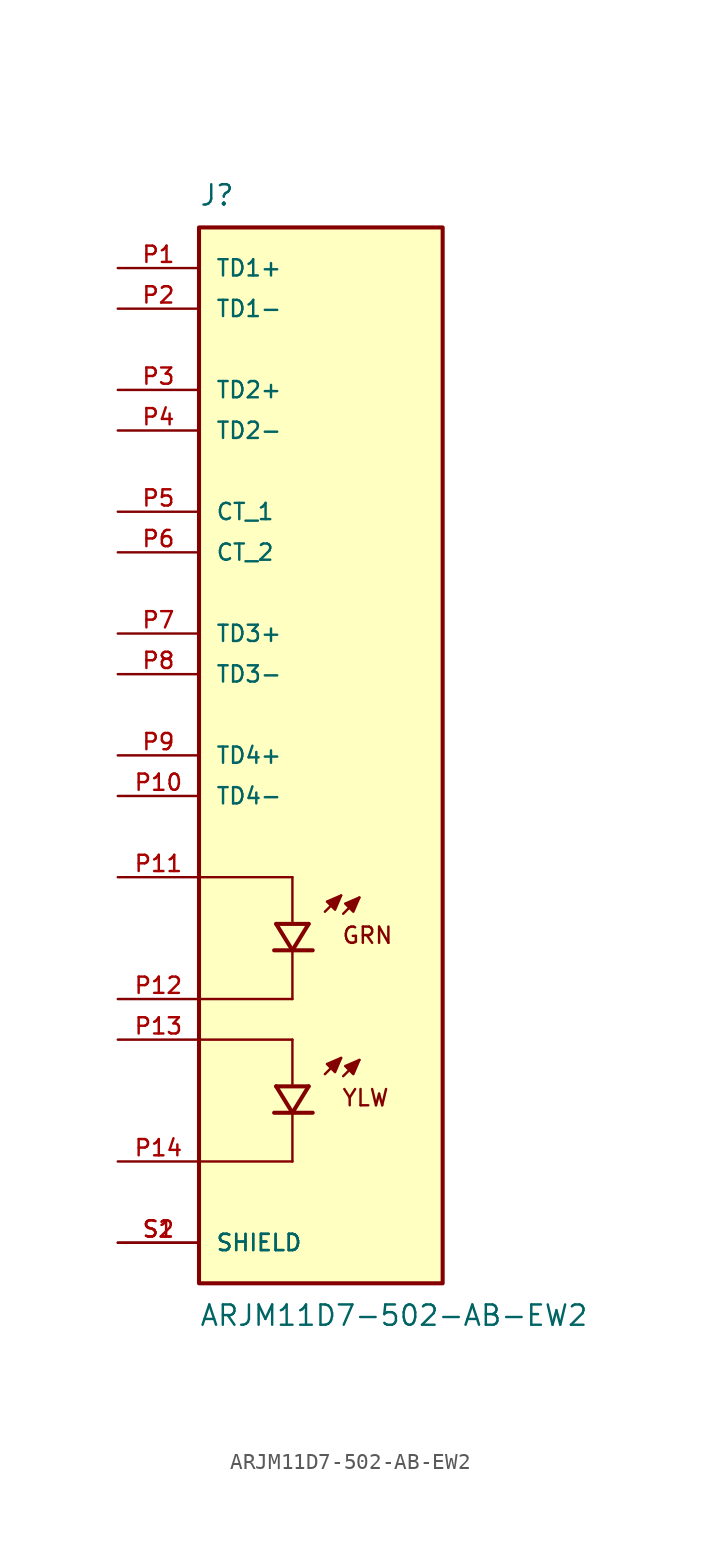
<source format=kicad_sym>
(kicad_symbol_lib
  (version 20211014)
  (generator kicad_symbol_editor)
  (symbol "ARJM11D7-502-AB-EW2"
    (pin_names
      (offset 1.016))
    (property "Reference" "J"
      (at -7.62 34.29 0)
      (effects (font (size 1.27 1.27)) (justify bottom left)))
    (property "Value" "ARJM11D7-502-AB-EW2"
      (at -7.62 -34.29 0)
      (effects (font (size 1.27 1.27)) (justify top left)))
    (symbol "ARJM11D7-502-AB-EW2_0_0"
      (polyline (pts (xy -1.778 -7.62) (xy -7.62 -7.62)) (stroke (width 0.152)))
      (polyline (pts (xy -1.778 -15.24) (xy -7.62 -15.24)) (stroke (width 0.152)))
      (polyline (pts (xy -2.794 -10.541) (xy -1.778 -12.192)) (stroke (width 0.254)))
      (polyline (pts (xy -1.778 -12.192) (xy -0.762 -10.541)) (stroke (width 0.254)))
      (polyline (pts (xy -2.921 -12.192) (xy -1.778 -12.192)) (stroke (width 0.254)))
      (polyline (pts (xy -1.778 -12.192) (xy -0.508 -12.192)) (stroke (width 0.254)))
      (polyline (pts (xy -2.794 -10.541) (xy -0.762 -10.541)) (stroke (width 0.254)))
      (polyline (pts (xy -1.778 -7.62) (xy -1.778 -10.414)) (stroke (width 0.152)))
      (polyline (pts (xy -1.778 -12.319) (xy -1.778 -15.24)) (stroke (width 0.152)))
      (polyline (pts (xy 0.254 -9.779) (xy 1.27 -8.763)) (stroke (width 0.152)))
      (polyline (pts (xy 1.397 -9.906) (xy 2.413 -8.89)) (stroke (width 0.152)))
      (polyline (pts (xy 1.27 -8.763) (xy 0.381 -9.144) (xy 0.889 -9.652) (xy 1.27 -8.763)) (stroke (width 0.152)) (fill (type outline)))
      (polyline (pts (xy 2.413 -8.89) (xy 1.524 -9.271) (xy 2.032 -9.779) (xy 2.413 -8.89)) (stroke (width 0.152)) (fill (type outline)))
      (text "GRN" (at 1.27 -10.668 0) (effects (font (size 1.016 1.016)) (justify top left)))
      (polyline (pts (xy -1.778 -17.78) (xy -7.62 -17.78)) (stroke (width 0.152)))
      (polyline (pts (xy -1.778 -25.4) (xy -7.62 -25.4)) (stroke (width 0.152)))
      (polyline (pts (xy -2.794 -20.701) (xy -1.778 -22.352)) (stroke (width 0.254)))
      (polyline (pts (xy -1.778 -22.352) (xy -0.762 -20.701)) (stroke (width 0.254)))
      (polyline (pts (xy -2.921 -22.352) (xy -1.778 -22.352)) (stroke (width 0.254)))
      (polyline (pts (xy -1.778 -22.352) (xy -0.508 -22.352)) (stroke (width 0.254)))
      (polyline (pts (xy -2.794 -20.701) (xy -0.762 -20.701)) (stroke (width 0.254)))
      (polyline (pts (xy -1.778 -17.78) (xy -1.778 -20.574)) (stroke (width 0.152)))
      (polyline (pts (xy -1.778 -22.479) (xy -1.778 -25.4)) (stroke (width 0.152)))
      (polyline (pts (xy 0.254 -19.939) (xy 1.27 -18.923)) (stroke (width 0.152)))
      (polyline (pts (xy 1.397 -20.066) (xy 2.413 -19.05)) (stroke (width 0.152)))
      (polyline (pts (xy 1.27 -18.923) (xy 0.381 -19.304) (xy 0.889 -19.812) (xy 1.27 -18.923)) (stroke (width 0.152)) (fill (type outline)))
      (polyline (pts (xy 2.413 -19.05) (xy 1.524 -19.431) (xy 2.032 -19.939) (xy 2.413 -19.05)) (stroke (width 0.152)) (fill (type outline)))
      (text "YLW" (at 1.27 -20.828 0) (effects (font (size 1.016 1.016)) (justify top left)))
      (rectangle (start -7.62 -33.02) (end 7.62 33.02) (stroke (width 0.254)) (fill (type background)))
      (pin passive line (at -12.7 22.86 0) (length 5.08) (name "TD2+" (effects (font (size 1.016 1.016)))) (number "P3" (effects (font (size 1.016 1.016)))))
      (pin passive line (at -12.7 30.48 0) (length 5.08) (name "TD1+" (effects (font (size 1.016 1.016)))) (number "P1" (effects (font (size 1.016 1.016)))))
      (pin passive line (at -12.7 5.08 0) (length 5.08) (name "TD3-" (effects (font (size 1.016 1.016)))) (number "P8" (effects (font (size 1.016 1.016)))))
      (pin passive line (at -12.7 15.24 0) (length 5.08) (name "CT_1" (effects (font (size 1.016 1.016)))) (number "P5" (effects (font (size 1.016 1.016)))))
      (pin passive line (at -12.7 -15.24 0) (length 5.08) (name "~" (effects (font (size 1.016 1.016)))) (number "P12" (effects (font (size 1.016 1.016)))))
      (pin passive line (at -12.7 -7.62 0) (length 5.08) (name "~" (effects (font (size 1.016 1.016)))) (number "P11" (effects (font (size 1.016 1.016)))))
      (pin passive line (at -12.7 27.94 0) (length 5.08) (name "TD1-" (effects (font (size 1.016 1.016)))) (number "P2" (effects (font (size 1.016 1.016)))))
      (pin passive line (at -12.7 -30.48 0) (length 5.08) (name "SHIELD" (effects (font (size 1.016 1.016)))) (number "S1" (effects (font (size 1.016 1.016)))))
      (pin passive line (at -12.7 -30.48 0) (length 5.08) (name "SHIELD" (effects (font (size 1.016 1.016)))) (number "S2" (effects (font (size 1.016 1.016)))))
      (pin passive line (at -12.7 7.62 0) (length 5.08) (name "TD3+" (effects (font (size 1.016 1.016)))) (number "P7" (effects (font (size 1.016 1.016)))))
      (pin passive line (at -12.7 -25.4 0) (length 5.08) (name "~" (effects (font (size 1.016 1.016)))) (number "P14" (effects (font (size 1.016 1.016)))))
      (pin passive line (at -12.7 -17.78 0) (length 5.08) (name "~" (effects (font (size 1.016 1.016)))) (number "P13" (effects (font (size 1.016 1.016)))))
      (pin passive line (at -12.7 0.0 0) (length 5.08) (name "TD4+" (effects (font (size 1.016 1.016)))) (number "P9" (effects (font (size 1.016 1.016)))))
      (pin passive line (at -12.7 -2.54 0) (length 5.08) (name "TD4-" (effects (font (size 1.016 1.016)))) (number "P10" (effects (font (size 1.016 1.016)))))
      (pin passive line (at -12.7 20.32 0) (length 5.08) (name "TD2-" (effects (font (size 1.016 1.016)))) (number "P4" (effects (font (size 1.016 1.016)))))
      (pin passive line (at -12.7 12.7 0) (length 5.08) (name "CT_2" (effects (font (size 1.016 1.016)))) (number "P6" (effects (font (size 1.016 1.016))))))))
</source>
